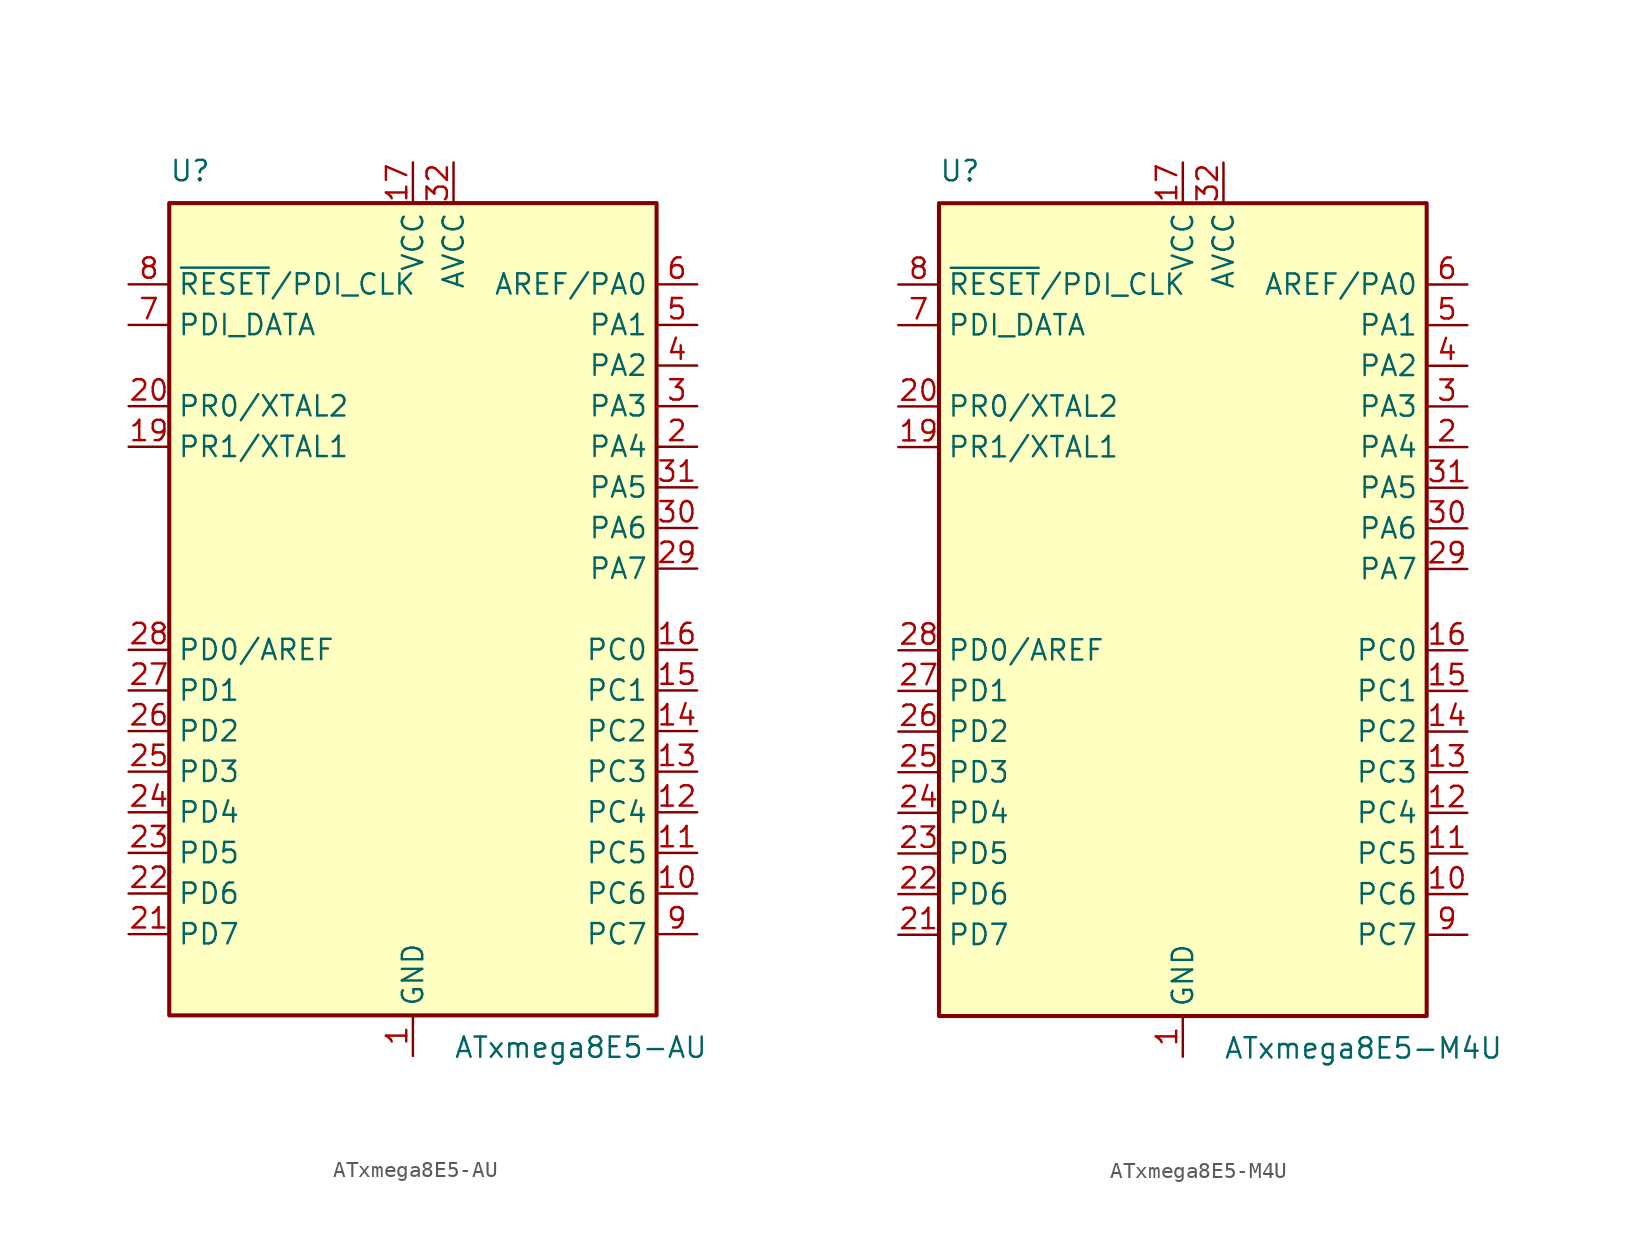
<source format=kicad_sym>
(kicad_symbol_lib
  (version 20201005)
  (generator kicad_symbol_editor)
  (symbol "ATxmega8E5-AU"
    (property "Reference" "U"
      (at -15.24 26.67 0)
      (effects (font (size 1.27 1.27)) (justify left bottom)))
    (property "Value" "ATxmega8E5-AU"
      (at 2.54 -26.67 0)
      (effects (font (size 1.27 1.27)) (justify left top)))
    (symbol "ATxmega8E5-AU_0_1"
      (rectangle (start -15.24 -25.4) (end 15.24 25.4) (stroke (width 0.254)) (fill (type background))))
    (symbol "ATxmega8E5-AU_1_1"
      (pin power_in line (at 0 -27.94 90) (length 2.54) (name "GND" (effects (font (size 1.27 1.27)))) (number "1" (effects (font (size 1.27 1.27)))))
      (pin tri_state line (at 17.78 -17.78 180) (length 2.54) (name "PC6" (effects (font (size 1.27 1.27)))) (number "10" (effects (font (size 1.27 1.27)))))
      (pin tri_state line (at 17.78 -15.24 180) (length 2.54) (name "PC5" (effects (font (size 1.27 1.27)))) (number "11" (effects (font (size 1.27 1.27)))))
      (pin tri_state line (at 17.78 -12.7 180) (length 2.54) (name "PC4" (effects (font (size 1.27 1.27)))) (number "12" (effects (font (size 1.27 1.27)))))
      (pin tri_state line (at 17.78 -10.16 180) (length 2.54) (name "PC3" (effects (font (size 1.27 1.27)))) (number "13" (effects (font (size 1.27 1.27)))))
      (pin tri_state line (at 17.78 -7.62 180) (length 2.54) (name "PC2" (effects (font (size 1.27 1.27)))) (number "14" (effects (font (size 1.27 1.27)))))
      (pin tri_state line (at 17.78 -5.08 180) (length 2.54) (name "PC1" (effects (font (size 1.27 1.27)))) (number "15" (effects (font (size 1.27 1.27)))))
      (pin tri_state line (at 17.78 -2.54 180) (length 2.54) (name "PC0" (effects (font (size 1.27 1.27)))) (number "16" (effects (font (size 1.27 1.27)))))
      (pin power_in line (at 0 27.94 270) (length 2.54) (name "VCC" (effects (font (size 1.27 1.27)))) (number "17" (effects (font (size 1.27 1.27)))))
      (pin passive line (at 0 -27.94 90) (length 2.54) hide (name "GND" (effects (font (size 1.27 1.27)))) (number "18" (effects (font (size 1.27 1.27)))))
      (pin tri_state line (at -17.78 10.16 0) (length 2.54) (name "PR1/XTAL1" (effects (font (size 1.27 1.27)))) (number "19" (effects (font (size 1.27 1.27)))))
      (pin tri_state line (at 17.78 10.16 180) (length 2.54) (name "PA4" (effects (font (size 1.27 1.27)))) (number "2" (effects (font (size 1.27 1.27)))))
      (pin tri_state line (at -17.78 12.7 0) (length 2.54) (name "PR0/XTAL2" (effects (font (size 1.27 1.27)))) (number "20" (effects (font (size 1.27 1.27)))))
      (pin tri_state line (at -17.78 -20.32 0) (length 2.54) (name "PD7" (effects (font (size 1.27 1.27)))) (number "21" (effects (font (size 1.27 1.27)))))
      (pin tri_state line (at -17.78 -17.78 0) (length 2.54) (name "PD6" (effects (font (size 1.27 1.27)))) (number "22" (effects (font (size 1.27 1.27)))))
      (pin tri_state line (at -17.78 -15.24 0) (length 2.54) (name "PD5" (effects (font (size 1.27 1.27)))) (number "23" (effects (font (size 1.27 1.27)))))
      (pin tri_state line (at -17.78 -12.7 0) (length 2.54) (name "PD4" (effects (font (size 1.27 1.27)))) (number "24" (effects (font (size 1.27 1.27)))))
      (pin tri_state line (at -17.78 -10.16 0) (length 2.54) (name "PD3" (effects (font (size 1.27 1.27)))) (number "25" (effects (font (size 1.27 1.27)))))
      (pin tri_state line (at -17.78 -7.62 0) (length 2.54) (name "PD2" (effects (font (size 1.27 1.27)))) (number "26" (effects (font (size 1.27 1.27)))))
      (pin tri_state line (at -17.78 -5.08 0) (length 2.54) (name "PD1" (effects (font (size 1.27 1.27)))) (number "27" (effects (font (size 1.27 1.27)))))
      (pin tri_state line (at -17.78 -2.54 0) (length 2.54) (name "PD0/AREF" (effects (font (size 1.27 1.27)))) (number "28" (effects (font (size 1.27 1.27)))))
      (pin tri_state line (at 17.78 2.54 180) (length 2.54) (name "PA7" (effects (font (size 1.27 1.27)))) (number "29" (effects (font (size 1.27 1.27)))))
      (pin tri_state line (at 17.78 12.7 180) (length 2.54) (name "PA3" (effects (font (size 1.27 1.27)))) (number "3" (effects (font (size 1.27 1.27)))))
      (pin tri_state line (at 17.78 5.08 180) (length 2.54) (name "PA6" (effects (font (size 1.27 1.27)))) (number "30" (effects (font (size 1.27 1.27)))))
      (pin tri_state line (at 17.78 7.62 180) (length 2.54) (name "PA5" (effects (font (size 1.27 1.27)))) (number "31" (effects (font (size 1.27 1.27)))))
      (pin power_in line (at 2.54 27.94 270) (length 2.54) (name "AVCC" (effects (font (size 1.27 1.27)))) (number "32" (effects (font (size 1.27 1.27)))))
      (pin tri_state line (at 17.78 15.24 180) (length 2.54) (name "PA2" (effects (font (size 1.27 1.27)))) (number "4" (effects (font (size 1.27 1.27)))))
      (pin tri_state line (at 17.78 17.78 180) (length 2.54) (name "PA1" (effects (font (size 1.27 1.27)))) (number "5" (effects (font (size 1.27 1.27)))))
      (pin tri_state line (at 17.78 20.32 180) (length 2.54) (name "AREF/PA0" (effects (font (size 1.27 1.27)))) (number "6" (effects (font (size 1.27 1.27)))))
      (pin bidirectional line (at -17.78 17.78 0) (length 2.54) (name "PDI_DATA" (effects (font (size 1.27 1.27)))) (number "7" (effects (font (size 1.27 1.27)))))
      (pin input line (at -17.78 20.32 0) (length 2.54) (name "~RESET~/PDI_CLK" (effects (font (size 1.27 1.27)))) (number "8" (effects (font (size 1.27 1.27)))))
      (pin tri_state line (at 17.78 -20.32 180) (length 2.54) (name "PC7" (effects (font (size 1.27 1.27)))) (number "9" (effects (font (size 1.27 1.27)))))))
  (symbol "ATxmega8E5-M4U"
    (property "Reference" "U"
      (at -15.24 26.67 0)
      (effects (font (size 1.27 1.27)) (justify left bottom)))
    (property "Value" "ATxmega8E5-M4U"
      (at 2.54 -26.67 0)
      (effects (font (size 1.27 1.27)) (justify left top)))
    (symbol "ATxmega8E5-M4U_0_1"
      (rectangle (start -15.24 -25.4) (end 15.24 25.4) (stroke (width 0.254)) (fill (type background))))
    (symbol "ATxmega8E5-M4U_1_1"
      (pin power_in line (at 0 -27.94 90) (length 2.54) (name "GND" (effects (font (size 1.27 1.27)))) (number "1" (effects (font (size 1.27 1.27)))))
      (pin tri_state line (at 17.78 -17.78 180) (length 2.54) (name "PC6" (effects (font (size 1.27 1.27)))) (number "10" (effects (font (size 1.27 1.27)))))
      (pin tri_state line (at 17.78 -15.24 180) (length 2.54) (name "PC5" (effects (font (size 1.27 1.27)))) (number "11" (effects (font (size 1.27 1.27)))))
      (pin tri_state line (at 17.78 -12.7 180) (length 2.54) (name "PC4" (effects (font (size 1.27 1.27)))) (number "12" (effects (font (size 1.27 1.27)))))
      (pin tri_state line (at 17.78 -10.16 180) (length 2.54) (name "PC3" (effects (font (size 1.27 1.27)))) (number "13" (effects (font (size 1.27 1.27)))))
      (pin tri_state line (at 17.78 -7.62 180) (length 2.54) (name "PC2" (effects (font (size 1.27 1.27)))) (number "14" (effects (font (size 1.27 1.27)))))
      (pin tri_state line (at 17.78 -5.08 180) (length 2.54) (name "PC1" (effects (font (size 1.27 1.27)))) (number "15" (effects (font (size 1.27 1.27)))))
      (pin tri_state line (at 17.78 -2.54 180) (length 2.54) (name "PC0" (effects (font (size 1.27 1.27)))) (number "16" (effects (font (size 1.27 1.27)))))
      (pin power_in line (at 0 27.94 270) (length 2.54) (name "VCC" (effects (font (size 1.27 1.27)))) (number "17" (effects (font (size 1.27 1.27)))))
      (pin passive line (at 0 -27.94 90) (length 2.54) hide (name "GND" (effects (font (size 1.27 1.27)))) (number "18" (effects (font (size 1.27 1.27)))))
      (pin tri_state line (at -17.78 10.16 0) (length 2.54) (name "PR1/XTAL1" (effects (font (size 1.27 1.27)))) (number "19" (effects (font (size 1.27 1.27)))))
      (pin tri_state line (at 17.78 10.16 180) (length 2.54) (name "PA4" (effects (font (size 1.27 1.27)))) (number "2" (effects (font (size 1.27 1.27)))))
      (pin tri_state line (at -17.78 12.7 0) (length 2.54) (name "PR0/XTAL2" (effects (font (size 1.27 1.27)))) (number "20" (effects (font (size 1.27 1.27)))))
      (pin tri_state line (at -17.78 -20.32 0) (length 2.54) (name "PD7" (effects (font (size 1.27 1.27)))) (number "21" (effects (font (size 1.27 1.27)))))
      (pin tri_state line (at -17.78 -17.78 0) (length 2.54) (name "PD6" (effects (font (size 1.27 1.27)))) (number "22" (effects (font (size 1.27 1.27)))))
      (pin tri_state line (at -17.78 -15.24 0) (length 2.54) (name "PD5" (effects (font (size 1.27 1.27)))) (number "23" (effects (font (size 1.27 1.27)))))
      (pin tri_state line (at -17.78 -12.7 0) (length 2.54) (name "PD4" (effects (font (size 1.27 1.27)))) (number "24" (effects (font (size 1.27 1.27)))))
      (pin tri_state line (at -17.78 -10.16 0) (length 2.54) (name "PD3" (effects (font (size 1.27 1.27)))) (number "25" (effects (font (size 1.27 1.27)))))
      (pin tri_state line (at -17.78 -7.62 0) (length 2.54) (name "PD2" (effects (font (size 1.27 1.27)))) (number "26" (effects (font (size 1.27 1.27)))))
      (pin tri_state line (at -17.78 -5.08 0) (length 2.54) (name "PD1" (effects (font (size 1.27 1.27)))) (number "27" (effects (font (size 1.27 1.27)))))
      (pin tri_state line (at -17.78 -2.54 0) (length 2.54) (name "PD0/AREF" (effects (font (size 1.27 1.27)))) (number "28" (effects (font (size 1.27 1.27)))))
      (pin tri_state line (at 17.78 2.54 180) (length 2.54) (name "PA7" (effects (font (size 1.27 1.27)))) (number "29" (effects (font (size 1.27 1.27)))))
      (pin tri_state line (at 17.78 12.7 180) (length 2.54) (name "PA3" (effects (font (size 1.27 1.27)))) (number "3" (effects (font (size 1.27 1.27)))))
      (pin tri_state line (at 17.78 5.08 180) (length 2.54) (name "PA6" (effects (font (size 1.27 1.27)))) (number "30" (effects (font (size 1.27 1.27)))))
      (pin tri_state line (at 17.78 7.62 180) (length 2.54) (name "PA5" (effects (font (size 1.27 1.27)))) (number "31" (effects (font (size 1.27 1.27)))))
      (pin power_in line (at 2.54 27.94 270) (length 2.54) (name "AVCC" (effects (font (size 1.27 1.27)))) (number "32" (effects (font (size 1.27 1.27)))))
      (pin passive line (at 0 -27.94 90) (length 2.54) hide (name "GND" (effects (font (size 1.27 1.27)))) (number "33" (effects (font (size 1.27 1.27)))))
      (pin tri_state line (at 17.78 15.24 180) (length 2.54) (name "PA2" (effects (font (size 1.27 1.27)))) (number "4" (effects (font (size 1.27 1.27)))))
      (pin tri_state line (at 17.78 17.78 180) (length 2.54) (name "PA1" (effects (font (size 1.27 1.27)))) (number "5" (effects (font (size 1.27 1.27)))))
      (pin tri_state line (at 17.78 20.32 180) (length 2.54) (name "AREF/PA0" (effects (font (size 1.27 1.27)))) (number "6" (effects (font (size 1.27 1.27)))))
      (pin bidirectional line (at -17.78 17.78 0) (length 2.54) (name "PDI_DATA" (effects (font (size 1.27 1.27)))) (number "7" (effects (font (size 1.27 1.27)))))
      (pin input line (at -17.78 20.32 0) (length 2.54) (name "~RESET~/PDI_CLK" (effects (font (size 1.27 1.27)))) (number "8" (effects (font (size 1.27 1.27)))))
      (pin tri_state line (at 17.78 -20.32 180) (length 2.54) (name "PC7" (effects (font (size 1.27 1.27)))) (number "9" (effects (font (size 1.27 1.27))))))))
</source>
